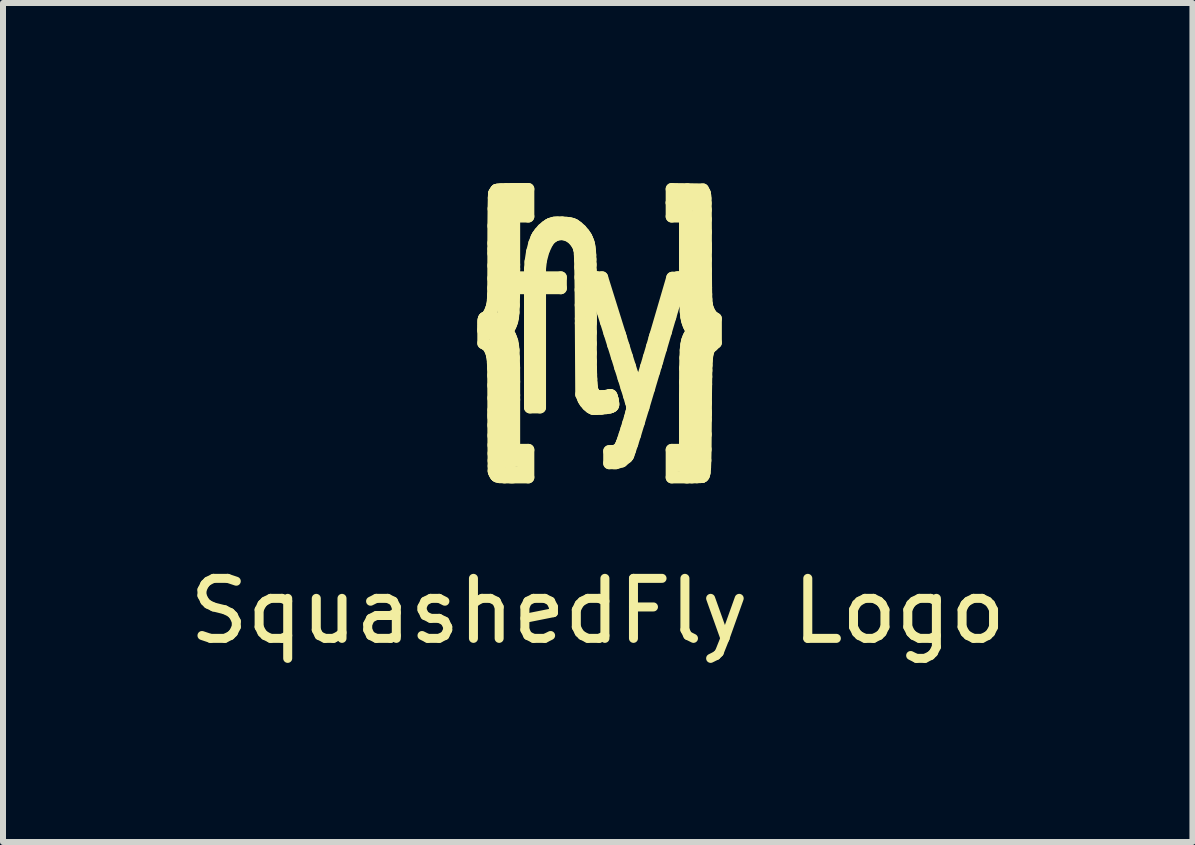
<source format=kicad_pcb>
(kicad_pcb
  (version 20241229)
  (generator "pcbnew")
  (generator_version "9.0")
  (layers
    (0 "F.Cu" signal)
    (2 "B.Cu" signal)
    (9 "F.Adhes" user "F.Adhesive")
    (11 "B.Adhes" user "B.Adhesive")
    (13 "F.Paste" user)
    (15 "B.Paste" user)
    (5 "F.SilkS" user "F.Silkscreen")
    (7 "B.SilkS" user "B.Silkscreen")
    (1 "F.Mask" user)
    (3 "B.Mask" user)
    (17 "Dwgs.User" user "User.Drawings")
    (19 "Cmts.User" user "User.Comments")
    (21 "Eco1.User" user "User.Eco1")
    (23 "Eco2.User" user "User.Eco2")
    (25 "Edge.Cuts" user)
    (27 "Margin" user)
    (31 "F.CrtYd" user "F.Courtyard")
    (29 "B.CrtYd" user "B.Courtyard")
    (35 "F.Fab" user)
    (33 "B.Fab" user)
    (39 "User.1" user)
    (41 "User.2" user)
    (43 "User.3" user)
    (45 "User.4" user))
  (footprint "SquashedFly Logo"
    (layer "F.Cu")
    (at 6.911 2.423)
    (property "Reference" "SquashedFly Logo" (at 0 4.71 0) (layer "F.SilkS") (effects (font (size 1 1) (thickness 0.15))))
    (attr through_hole)
    (fp_line (start -1.907 0.023) (end -1.907 0.039) (stroke (width 0.2) (type solid)) (layer "F.SilkS"))
    (fp_line (start -1.907 0.039) (end -1.907 0.246) (stroke (width 0.2) (type solid)) (layer "F.SilkS"))
    (fp_line (start -1.907 0.246) (end -1.872 0.263) (stroke (width 0.2) (type solid)) (layer "F.SilkS"))
    (fp_line (start -1.907 -0.026) (end -1.907 0.023) (stroke (width 0.2) (type solid)) (layer "F.SilkS"))
    (fp_line (start -1.906 -0.075) (end -1.907 -0.026) (stroke (width 0.2) (type solid)) (layer "F.SilkS"))
    (fp_line (start -1.905 -0.113) (end -1.906 -0.075) (stroke (width 0.2) (type solid)) (layer "F.SilkS"))
    (fp_line (start -1.903 -0.139) (end -1.905 -0.113) (stroke (width 0.2) (type solid)) (layer "F.SilkS"))
    (fp_line (start -1.899 -0.156) (end -1.903 -0.139) (stroke (width 0.2) (type solid)) (layer "F.SilkS"))
    (fp_line (start -1.894 -0.167) (end -1.899 -0.156) (stroke (width 0.2) (type solid)) (layer "F.SilkS"))
    (fp_line (start -1.888 -0.174) (end -1.894 -0.167) (stroke (width 0.2) (type solid)) (layer "F.SilkS"))
    (fp_line (start -1.881 -0.177) (end -1.888 -0.174) (stroke (width 0.2) (type solid)) (layer "F.SilkS"))
    (fp_line (start -1.879 -0.177) (end -1.881 -0.177) (stroke (width 0.2) (type solid)) (layer "F.SilkS"))
    (fp_line (start -1.872 0.263) (end -1.863 0.267) (stroke (width 0.2) (type solid)) (layer "F.SilkS"))
    (fp_line (start -1.871 -0.18) (end -1.879 -0.177) (stroke (width 0.2) (type solid)) (layer "F.SilkS"))
    (fp_line (start -1.863 0.267) (end -1.84 0.285) (stroke (width 0.2) (type solid)) (layer "F.SilkS"))
    (fp_line (start -1.849 -0.197) (end -1.871 -0.18) (stroke (width 0.2) (type solid)) (layer "F.SilkS"))
    (fp_line (start -1.84 0.285) (end -1.811 0.322) (stroke (width 0.2) (type solid)) (layer "F.SilkS"))
    (fp_line (start -1.819 -0.234) (end -1.849 -0.197) (stroke (width 0.2) (type solid)) (layer "F.SilkS"))
    (fp_line (start -1.811 0.322) (end -1.785 0.373) (stroke (width 0.2) (type solid)) (layer "F.SilkS"))
    (fp_line (start -1.791 -0.288) (end -1.819 -0.234) (stroke (width 0.2) (type solid)) (layer "F.SilkS"))
    (fp_line (start -1.785 0.373) (end -1.767 0.423) (stroke (width 0.2) (type solid)) (layer "F.SilkS"))
    (fp_line (start -1.78 0.07) (end -1.71 0.32) (stroke (width 0.12) (type solid)) (layer "F.SilkS"))
    (fp_line (start -1.772 -0.337) (end -1.791 -0.288) (stroke (width 0.2) (type solid)) (layer "F.SilkS"))
    (fp_line (start -1.767 0.423) (end -1.762 0.439) (stroke (width 0.2) (type solid)) (layer "F.SilkS"))
    (fp_line (start -1.766 -0.354) (end -1.772 -0.337) (stroke (width 0.2) (type solid)) (layer "F.SilkS"))
    (fp_line (start -1.764 -0.361) (end -1.766 -0.354) (stroke (width 0.2) (type solid)) (layer "F.SilkS"))
    (fp_line (start -1.762 0.439) (end -1.76 0.446) (stroke (width 0.2) (type solid)) (layer "F.SilkS"))
    (fp_line (start -1.76 0.446) (end -1.756 0.468) (stroke (width 0.2) (type solid)) (layer "F.SilkS"))
    (fp_line (start -1.758 -0.384) (end -1.764 -0.361) (stroke (width 0.2) (type solid)) (layer "F.SilkS"))
    (fp_line (start -1.756 0.468) (end -1.751 0.51) (stroke (width 0.2) (type solid)) (layer "F.SilkS"))
    (fp_line (start -1.752 -0.422) (end -1.758 -0.384) (stroke (width 0.2) (type solid)) (layer "F.SilkS"))
    (fp_line (start -1.751 0.51) (end -1.747 0.572) (stroke (width 0.2) (type solid)) (layer "F.SilkS"))
    (fp_line (start -1.747 -0.477) (end -1.752 -0.422) (stroke (width 0.2) (type solid)) (layer "F.SilkS"))
    (fp_line (start -1.747 0.572) (end -1.744 0.661) (stroke (width 0.2) (type solid)) (layer "F.SilkS"))
    (fp_line (start -1.744 -0.558) (end -1.747 -0.477) (stroke (width 0.2) (type solid)) (layer "F.SilkS"))
    (fp_line (start -1.744 0.661) (end -1.742 0.784) (stroke (width 0.2) (type solid)) (layer "F.SilkS"))
    (fp_line (start -1.742 0.784) (end -1.741 0.948) (stroke (width 0.2) (type solid)) (layer "F.SilkS"))
    (fp_line (start -1.742 -0.674) (end -1.744 -0.558) (stroke (width 0.2) (type solid)) (layer "F.SilkS"))
    (fp_line (start -1.741 0.948) (end -1.74 1.16) (stroke (width 0.2) (type solid)) (layer "F.SilkS"))
    (fp_line (start -1.741 -0.834) (end -1.742 -0.674) (stroke (width 0.2) (type solid)) (layer "F.SilkS"))
    (fp_line (start -1.74 -1.047) (end -1.741 -0.834) (stroke (width 0.2) (type solid)) (layer "F.SilkS"))
    (fp_line (start -1.74 1.16) (end -1.74 1.361) (stroke (width 0.2) (type solid)) (layer "F.SilkS"))
    (fp_line (start -1.74 -1.42) (end -1.74 -1.323) (stroke (width 0.2) (type solid)) (layer "F.SilkS"))
    (fp_line (start -1.74 -1.323) (end -1.74 -1.254) (stroke (width 0.2) (type solid)) (layer "F.SilkS"))
    (fp_line (start -1.74 -1.254) (end -1.74 -1.047) (stroke (width 0.2) (type solid)) (layer "F.SilkS"))
    (fp_line (start -1.74 1.361) (end -1.74 1.428) (stroke (width 0.2) (type solid)) (layer "F.SilkS"))
    (fp_line (start -1.74 1.428) (end -1.74 1.474) (stroke (width 0.2) (type solid)) (layer "F.SilkS"))
    (fp_line (start -1.74 1.474) (end -1.74 1.612) (stroke (width 0.2) (type solid)) (layer "F.SilkS"))
    (fp_line (start -1.74 1.612) (end -1.739 1.785) (stroke (width 0.2) (type solid)) (layer "F.SilkS"))
    (fp_line (start -1.739 1.785) (end -1.738 1.944) (stroke (width 0.2) (type solid)) (layer "F.SilkS"))
    (fp_line (start -1.739 -1.71) (end -1.74 -1.42) (stroke (width 0.2) (type solid)) (layer "F.SilkS"))
    (fp_line (start -1.738 1.944) (end -1.737 2.084) (stroke (width 0.2) (type solid)) (layer "F.SilkS"))
    (fp_line (start -1.737 2.084) (end -1.736 2.202) (stroke (width 0.2) (type solid)) (layer "F.SilkS"))
    (fp_line (start -1.736 -1.995) (end -1.739 -1.71) (stroke (width 0.2) (type solid)) (layer "F.SilkS"))
    (fp_line (start -1.736 2.202) (end -1.735 2.294) (stroke (width 0.2) (type solid)) (layer "F.SilkS"))
    (fp_line (start -1.735 2.294) (end -1.733 2.355) (stroke (width 0.2) (type solid)) (layer "F.SilkS"))
    (fp_line (start -1.733 2.355) (end -1.733 2.376) (stroke (width 0.2) (type solid)) (layer "F.SilkS"))
    (fp_line (start -1.733 2.376) (end -1.732 2.382) (stroke (width 0.2) (type solid)) (layer "F.SilkS"))
    (fp_line (start -1.732 -2.176) (end -1.736 -1.995) (stroke (width 0.2) (type solid)) (layer "F.SilkS"))
    (fp_line (start -1.732 2.382) (end -1.731 2.388) (stroke (width 0.2) (type solid)) (layer "F.SilkS"))
    (fp_line (start -1.731 2.388) (end -1.718 2.421) (stroke (width 0.2) (type solid)) (layer "F.SilkS"))
    (fp_line (start -1.728 -2.243) (end -1.732 -2.176) (stroke (width 0.2) (type solid)) (layer "F.SilkS"))
    (fp_line (start -1.726 -2.25) (end -1.728 -2.243) (stroke (width 0.2) (type solid)) (layer "F.SilkS"))
    (fp_line (start -1.724 -2.255) (end -1.726 -2.25) (stroke (width 0.2) (type solid)) (layer "F.SilkS"))
    (fp_line (start -1.718 2.421) (end -1.699 2.449) (stroke (width 0.2) (type solid)) (layer "F.SilkS"))
    (fp_line (start -1.71 0.32) (end -1.67 -0.2) (stroke (width 0.12) (type solid)) (layer "F.SilkS"))
    (fp_line (start -1.709 -2.282) (end -1.724 -2.255) (stroke (width 0.2) (type solid)) (layer "F.SilkS"))
    (fp_line (start -1.699 2.449) (end -1.696 2.453) (stroke (width 0.2) (type solid)) (layer "F.SilkS"))
    (fp_line (start -1.696 2.453) (end -1.691 2.458) (stroke (width 0.2) (type solid)) (layer "F.SilkS"))
    (fp_line (start -1.692 -2.304) (end -1.709 -2.282) (stroke (width 0.2) (type solid)) (layer "F.SilkS"))
    (fp_line (start -1.691 2.458) (end -1.675 2.469) (stroke (width 0.2) (type solid)) (layer "F.SilkS"))
    (fp_line (start -1.689 -2.307) (end -1.692 -2.304) (stroke (width 0.2) (type solid)) (layer "F.SilkS"))
    (fp_line (start -1.689 -2.307) (end -1.689 -2.307) (stroke (width 0.2) (type solid)) (layer "F.SilkS"))
    (fp_line (start -1.684 -2.309) (end -1.689 -2.307) (stroke (width 0.2) (type solid)) (layer "F.SilkS"))
    (fp_line (start -1.675 2.469) (end -1.635 2.478) (stroke (width 0.2) (type solid)) (layer "F.SilkS"))
    (fp_line (start -1.67 -0.2) (end -1.67 0.61) (stroke (width 0.12) (type solid)) (layer "F.SilkS"))
    (fp_line (start -1.664 -2.314) (end -1.684 -2.309) (stroke (width 0.2) (type solid)) (layer "F.SilkS"))
    (fp_line (start -1.635 2.478) (end -1.556 2.482) (stroke (width 0.2) (type solid)) (layer "F.SilkS"))
    (fp_line (start -1.62 -2.19) (end -1.6 2.38) (stroke (width 0.12) (type solid)) (layer "F.SilkS"))
    (fp_line (start -1.612 -2.319) (end -1.664 -2.314) (stroke (width 0.2) (type solid)) (layer "F.SilkS"))
    (fp_line (start -1.6 2.38) (end -1.28 2.35) (stroke (width 0.12) (type solid)) (layer "F.SilkS"))
    (fp_line (start -1.556 2.482) (end -1.449 2.482) (stroke (width 0.2) (type solid)) (layer "F.SilkS"))
    (fp_line (start -1.529 -2.322) (end -1.612 -2.319) (stroke (width 0.2) (type solid)) (layer "F.SilkS"))
    (fp_line (start -1.52 -2.1) (end -1.46 -2) (stroke (width 0.12) (type solid)) (layer "F.SilkS"))
    (fp_line (start -1.52 2.18) (end -1.52 -2.1) (stroke (width 0.12) (type solid)) (layer "F.SilkS"))
    (fp_line (start -1.504 0.041) (end -1.469 -0.02) (stroke (width 0.2) (type solid)) (layer "F.SilkS"))
    (fp_line (start -1.5 2.14) (end -1.5 2.28) (stroke (width 0.12) (type solid)) (layer "F.SilkS"))
    (fp_line (start -1.5 2.28) (end -1.35 2.24) (stroke (width 0.12) (type solid)) (layer "F.SilkS"))
    (fp_line (start -1.47 -2.2) (end -1.62 -2.19) (stroke (width 0.12) (type solid)) (layer "F.SilkS"))
    (fp_line (start -1.469 -0.02) (end -1.463 -0.032) (stroke (width 0.2) (type solid)) (layer "F.SilkS"))
    (fp_line (start -1.469 0.109) (end -1.504 0.041) (stroke (width 0.2) (type solid)) (layer "F.SilkS"))
    (fp_line (start -1.463 -0.032) (end -1.445 -0.067) (stroke (width 0.2) (type solid)) (layer "F.SilkS"))
    (fp_line (start -1.463 0.121) (end -1.469 0.109) (stroke (width 0.2) (type solid)) (layer "F.SilkS"))
    (fp_line (start -1.46 -2) (end -1.78 0.07) (stroke (width 0.12) (type solid)) (layer "F.SilkS"))
    (fp_line (start -1.45 2.21) (end -1.52 2.18) (stroke (width 0.12) (type solid)) (layer "F.SilkS"))
    (fp_line (start -1.449 2.482) (end -1.414 2.482) (stroke (width 0.2) (type solid)) (layer "F.SilkS"))
    (fp_line (start -1.445 -0.067) (end -1.427 -0.116) (stroke (width 0.2) (type solid)) (layer "F.SilkS"))
    (fp_line (start -1.445 0.159) (end -1.463 0.121) (stroke (width 0.2) (type solid)) (layer "F.SilkS"))
    (fp_line (start -1.44 -2.323) (end -1.529 -2.322) (stroke (width 0.2) (type solid)) (layer "F.SilkS"))
    (fp_line (start -1.427 -0.116) (end -1.413 -0.179) (stroke (width 0.2) (type solid)) (layer "F.SilkS"))
    (fp_line (start -1.426 0.211) (end -1.445 0.159) (stroke (width 0.2) (type solid)) (layer "F.SilkS"))
    (fp_line (start -1.414 2.482) (end -1.157 2.482) (stroke (width 0.2) (type solid)) (layer "F.SilkS"))
    (fp_line (start -1.413 -0.179) (end -1.404 -0.265) (stroke (width 0.2) (type solid)) (layer "F.SilkS"))
    (fp_line (start -1.413 0.275) (end -1.426 0.211) (stroke (width 0.2) (type solid)) (layer "F.SilkS"))
    (fp_line (start -1.411 -2.323) (end -1.44 -2.323) (stroke (width 0.2) (type solid)) (layer "F.SilkS"))
    (fp_line (start -1.404 -0.265) (end -1.398 -0.386) (stroke (width 0.2) (type solid)) (layer "F.SilkS"))
    (fp_line (start -1.403 0.363) (end -1.413 0.275) (stroke (width 0.2) (type solid)) (layer "F.SilkS"))
    (fp_line (start -1.398 -0.386) (end -1.395 -0.553) (stroke (width 0.2) (type solid)) (layer "F.SilkS"))
    (fp_line (start -1.398 0.487) (end -1.403 0.363) (stroke (width 0.2) (type solid)) (layer "F.SilkS"))
    (fp_line (start -1.395 -0.553) (end -1.393 -0.775) (stroke (width 0.2) (type solid)) (layer "F.SilkS"))
    (fp_line (start -1.394 0.658) (end -1.398 0.487) (stroke (width 0.2) (type solid)) (layer "F.SilkS"))
    (fp_line (start -1.393 -0.775) (end -1.393 -0.991) (stroke (width 0.2) (type solid)) (layer "F.SilkS"))
    (fp_line (start -1.393 0.887) (end -1.394 0.658) (stroke (width 0.2) (type solid)) (layer "F.SilkS"))
    (fp_line (start -1.393 -1.865) (end -1.157 -1.865) (stroke (width 0.2) (type solid)) (layer "F.SilkS"))
    (fp_line (start -1.393 -1.063) (end -1.393 -1.865) (stroke (width 0.2) (type solid)) (layer "F.SilkS"))
    (fp_line (start -1.393 -0.991) (end -1.393 -1.063) (stroke (width 0.2) (type solid)) (layer "F.SilkS"))
    (fp_line (start -1.393 1.112) (end -1.393 0.887) (stroke (width 0.2) (type solid)) (layer "F.SilkS"))
    (fp_line (start -1.393 1.187) (end -1.393 1.112) (stroke (width 0.2) (type solid)) (layer "F.SilkS"))
    (fp_line (start -1.393 2.024) (end -1.393 1.187) (stroke (width 0.2) (type solid)) (layer "F.SilkS"))
    (fp_line (start -1.39 -1.95) (end -1.47 -2.2) (stroke (width 0.12) (type solid)) (layer "F.SilkS"))
    (fp_line (start -1.38 -2.29) (end -1.39 -1.95) (stroke (width 0.12) (type solid)) (layer "F.SilkS"))
    (fp_line (start -1.351 -0.851) (end -1.351 -0.67) (stroke (width 0.2) (type solid)) (layer "F.SilkS"))
    (fp_line (start -1.351 -0.67) (end -1.129 -0.67) (stroke (width 0.2) (type solid)) (layer "F.SilkS"))
    (fp_line (start -1.35 2.24) (end -1.45 2.21) (stroke (width 0.12) (type solid)) (layer "F.SilkS"))
    (fp_line (start -1.29 -2.27) (end -1.29 -1.98) (stroke (width 0.12) (type solid)) (layer "F.SilkS"))
    (fp_line (start -1.29 -1.98) (end -1.38 -2.29) (stroke (width 0.12) (type solid)) (layer "F.SilkS"))
    (fp_line (start -1.28 2.14) (end -1.5 2.14) (stroke (width 0.12) (type solid)) (layer "F.SilkS"))
    (fp_line (start -1.28 2.35) (end -1.28 2.14) (stroke (width 0.12) (type solid)) (layer "F.SilkS"))
    (fp_line (start -1.157 -2.323) (end -1.411 -2.323) (stroke (width 0.2) (type solid)) (layer "F.SilkS"))
    (fp_line (start -1.157 -1.865) (end -1.157 -2.323) (stroke (width 0.2) (type solid)) (layer "F.SilkS"))
    (fp_line (start -1.157 2.024) (end -1.393 2.024) (stroke (width 0.2) (type solid)) (layer "F.SilkS"))
    (fp_line (start -1.157 2.482) (end -1.157 2.024) (stroke (width 0.2) (type solid)) (layer "F.SilkS"))
    (fp_line (start -1.129 -0.987) (end -1.129 -0.945) (stroke (width 0.2) (type solid)) (layer "F.SilkS"))
    (fp_line (start -1.129 -0.945) (end -1.129 -0.851) (stroke (width 0.2) (type solid)) (layer "F.SilkS"))
    (fp_line (start -1.129 -0.851) (end -1.351 -0.851) (stroke (width 0.2) (type solid)) (layer "F.SilkS"))
    (fp_line (start -1.129 -0.67) (end -1.129 1.316) (stroke (width 0.2) (type solid)) (layer "F.SilkS"))
    (fp_line (start -1.129 1.316) (end -0.962 1.316) (stroke (width 0.2) (type solid)) (layer "F.SilkS"))
    (fp_line (start -1.12 -1.111) (end -1.129 -0.987) (stroke (width 0.2) (type solid)) (layer "F.SilkS"))
    (fp_line (start -1.095 -1.273) (end -1.12 -1.111) (stroke (width 0.2) (type solid)) (layer "F.SilkS"))
    (fp_line (start -1.057 -1.418) (end -1.095 -1.273) (stroke (width 0.2) (type solid)) (layer "F.SilkS"))
    (fp_line (start -1.04 -0.91) (end -0.88 -1.55) (stroke (width 0.12) (type solid)) (layer "F.SilkS"))
    (fp_line (start -1.03 -0.5) (end -1.04 -0.91) (stroke (width 0.12) (type solid)) (layer "F.SilkS"))
    (fp_line (start -1.023 -1.505) (end -1.057 -1.418) (stroke (width 0.2) (type solid)) (layer "F.SilkS"))
    (fp_line (start -1.008 -1.532) (end -1.023 -1.505) (stroke (width 0.2) (type solid)) (layer "F.SilkS"))
    (fp_line (start -0.999 -1.549) (end -1.008 -1.532) (stroke (width 0.2) (type solid)) (layer "F.SilkS"))
    (fp_line (start -0.965 -1.597) (end -0.999 -1.549) (stroke (width 0.2) (type solid)) (layer "F.SilkS"))
    (fp_line (start -0.962 -0.999) (end -0.947 -1.133) (stroke (width 0.2) (type solid)) (layer "F.SilkS"))
    (fp_line (start -0.962 -0.954) (end -0.962 -0.999) (stroke (width 0.2) (type solid)) (layer "F.SilkS"))
    (fp_line (start -0.962 -0.851) (end -0.962 -0.954) (stroke (width 0.2) (type solid)) (layer "F.SilkS"))
    (fp_line (start -0.962 -0.67) (end -0.615 -0.67) (stroke (width 0.2) (type solid)) (layer "F.SilkS"))
    (fp_line (start -0.962 1.316) (end -0.962 -0.67) (stroke (width 0.2) (type solid)) (layer "F.SilkS"))
    (fp_line (start -0.947 -1.133) (end -0.903 -1.298) (stroke (width 0.2) (type solid)) (layer "F.SilkS"))
    (fp_line (start -0.916 -1.653) (end -0.965 -1.597) (stroke (width 0.2) (type solid)) (layer "F.SilkS"))
    (fp_line (start -0.903 -1.298) (end -0.839 -1.434) (stroke (width 0.2) (type solid)) (layer "F.SilkS"))
    (fp_line (start -0.88 -1.55) (end -0.66 -1.66) (stroke (width 0.12) (type solid)) (layer "F.SilkS"))
    (fp_line (start -0.861 -1.7) (end -0.916 -1.653) (stroke (width 0.2) (type solid)) (layer "F.SilkS"))
    (fp_line (start -0.839 -1.434) (end -0.782 -1.506) (stroke (width 0.2) (type solid)) (layer "F.SilkS"))
    (fp_line (start -0.818 -1.728) (end -0.861 -1.7) (stroke (width 0.2) (type solid)) (layer "F.SilkS"))
    (fp_line (start -0.802 -1.736) (end -0.818 -1.728) (stroke (width 0.2) (type solid)) (layer "F.SilkS"))
    (fp_line (start -0.802 -1.736) (end -0.802 -1.736) (stroke (width 0.2) (type solid)) (layer "F.SilkS"))
    (fp_line (start -0.792 -1.74) (end -0.802 -1.736) (stroke (width 0.2) (type solid)) (layer "F.SilkS"))
    (fp_line (start -0.782 -1.506) (end -0.758 -1.523) (stroke (width 0.2) (type solid)) (layer "F.SilkS"))
    (fp_line (start -0.761 -1.753) (end -0.792 -1.74) (stroke (width 0.2) (type solid)) (layer "F.SilkS"))
    (fp_line (start -0.758 -1.523) (end -0.744 -1.533) (stroke (width 0.2) (type solid)) (layer "F.SilkS"))
    (fp_line (start -0.744 -1.533) (end -0.695 -1.556) (stroke (width 0.2) (type solid)) (layer "F.SilkS"))
    (fp_line (start -0.722 -1.763) (end -0.761 -1.753) (stroke (width 0.2) (type solid)) (layer "F.SilkS"))
    (fp_line (start -0.695 -1.556) (end -0.629 -1.571) (stroke (width 0.2) (type solid)) (layer "F.SilkS"))
    (fp_line (start -0.671 -1.766) (end -0.722 -1.763) (stroke (width 0.2) (type solid)) (layer "F.SilkS"))
    (fp_line (start -0.66 -1.66) (end -0.53 -1.73) (stroke (width 0.12) (type solid)) (layer "F.SilkS"))
    (fp_line (start -0.629 -1.571) (end -0.563 -1.568) (stroke (width 0.2) (type solid)) (layer "F.SilkS"))
    (fp_line (start -0.615 -0.851) (end -0.962 -0.851) (stroke (width 0.2) (type solid)) (layer "F.SilkS"))
    (fp_line (start -0.615 -0.67) (end -0.615 -0.851) (stroke (width 0.2) (type solid)) (layer "F.SilkS"))
    (fp_line (start -0.613 -1.764) (end -0.671 -1.766) (stroke (width 0.2) (type solid)) (layer "F.SilkS"))
    (fp_line (start -0.594 -1.763) (end -0.613 -1.764) (stroke (width 0.2) (type solid)) (layer "F.SilkS"))
    (fp_line (start -0.577 -1.763) (end -0.594 -1.763) (stroke (width 0.2) (type solid)) (layer "F.SilkS"))
    (fp_line (start -0.563 -1.568) (end -0.499 -1.549) (stroke (width 0.2) (type solid)) (layer "F.SilkS"))
    (fp_line (start -0.53 -1.73) (end -0.33 -1.53) (stroke (width 0.12) (type solid)) (layer "F.SilkS"))
    (fp_line (start -0.524 -1.76) (end -0.577 -1.763) (stroke (width 0.2) (type solid)) (layer "F.SilkS"))
    (fp_line (start -0.499 -1.549) (end -0.439 -1.514) (stroke (width 0.2) (type solid)) (layer "F.SilkS"))
    (fp_line (start -0.471 -1.754) (end -0.524 -1.76) (stroke (width 0.2) (type solid)) (layer "F.SilkS"))
    (fp_line (start -0.439 -1.514) (end -0.386 -1.464) (stroke (width 0.2) (type solid)) (layer "F.SilkS"))
    (fp_line (start -0.431 -1.744) (end -0.471 -1.754) (stroke (width 0.2) (type solid)) (layer "F.SilkS"))
    (fp_line (start -0.404 -1.733) (end -0.431 -1.744) (stroke (width 0.2) (type solid)) (layer "F.SilkS"))
    (fp_line (start -0.396 -1.729) (end -0.404 -1.733) (stroke (width 0.2) (type solid)) (layer "F.SilkS"))
    (fp_line (start -0.386 -1.464) (end -0.341 -1.4) (stroke (width 0.2) (type solid)) (layer "F.SilkS"))
    (fp_line (start -0.38 -1.721) (end -0.396 -1.729) (stroke (width 0.2) (type solid)) (layer "F.SilkS"))
    (fp_line (start -0.341 -1.4) (end -0.313 -1.343) (stroke (width 0.2) (type solid)) (layer "F.SilkS"))
    (fp_line (start -0.336 -1.69) (end -0.38 -1.721) (stroke (width 0.2) (type solid)) (layer "F.SilkS"))
    (fp_line (start -0.33 -1.53) (end -0.18 1.11) (stroke (width 0.12) (type solid)) (layer "F.SilkS"))
    (fp_line (start -0.313 -1.343) (end -0.307 -1.323) (stroke (width 0.2) (type solid)) (layer "F.SilkS"))
    (fp_line (start -0.307 -1.323) (end -0.304 -1.317) (stroke (width 0.2) (type solid)) (layer "F.SilkS"))
    (fp_line (start -0.304 -1.317) (end -0.302 -1.296) (stroke (width 0.2) (type solid)) (layer "F.SilkS"))
    (fp_line (start -0.302 -1.296) (end -0.298 -1.237) (stroke (width 0.2) (type solid)) (layer "F.SilkS"))
    (fp_line (start -0.298 -1.237) (end -0.295 -1.146) (stroke (width 0.2) (type solid)) (layer "F.SilkS"))
    (fp_line (start -0.295 -1.146) (end -0.292 -1.019) (stroke (width 0.2) (type solid)) (layer "F.SilkS"))
    (fp_line (start -0.292 -1.019) (end -0.289 -0.852) (stroke (width 0.2) (type solid)) (layer "F.SilkS"))
    (fp_line (start -0.289 -0.852) (end -0.286 -0.643) (stroke (width 0.2) (type solid)) (layer "F.SilkS"))
    (fp_line (start -0.286 -0.643) (end -0.284 -0.389) (stroke (width 0.2) (type solid)) (layer "F.SilkS"))
    (fp_line (start -0.284 -0.389) (end -0.282 -0.163) (stroke (width 0.2) (type solid)) (layer "F.SilkS"))
    (fp_line (start -0.282 -0.163) (end -0.282 -0.087) (stroke (width 0.2) (type solid)) (layer "F.SilkS"))
    (fp_line (start -0.282 -0.087) (end -0.275 1.1) (stroke (width 0.2) (type solid)) (layer "F.SilkS"))
    (fp_line (start -0.28 -1.64) (end -0.336 -1.69) (stroke (width 0.2) (type solid)) (layer "F.SilkS"))
    (fp_line (start -0.275 1.1) (end -0.241 1.174) (stroke (width 0.2) (type solid)) (layer "F.SilkS"))
    (fp_line (start -0.241 1.174) (end -0.235 1.189) (stroke (width 0.2) (type solid)) (layer "F.SilkS"))
    (fp_line (start -0.235 1.189) (end -0.209 1.231) (stroke (width 0.2) (type solid)) (layer "F.SilkS"))
    (fp_line (start -0.231 -1.582) (end -0.28 -1.64) (stroke (width 0.2) (type solid)) (layer "F.SilkS"))
    (fp_line (start -0.209 1.231) (end -0.168 1.28) (stroke (width 0.2) (type solid)) (layer "F.SilkS"))
    (fp_line (start -0.201 -1.537) (end -0.231 -1.582) (stroke (width 0.2) (type solid)) (layer "F.SilkS"))
    (fp_line (start -0.193 -1.52) (end -0.201 -1.537) (stroke (width 0.2) (type solid)) (layer "F.SilkS"))
    (fp_line (start -0.189 -1.514) (end -0.193 -1.52) (stroke (width 0.2) (type solid)) (layer "F.SilkS"))
    (fp_line (start -0.18 1.11) (end 0 1.27) (stroke (width 0.12) (type solid)) (layer "F.SilkS"))
    (fp_line (start -0.179 -1.493) (end -0.189 -1.514) (stroke (width 0.2) (type solid)) (layer "F.SilkS"))
    (fp_line (start -0.168 1.28) (end -0.123 1.318) (stroke (width 0.2) (type solid)) (layer "F.SilkS"))
    (fp_line (start -0.168 -1.467) (end -0.179 -1.493) (stroke (width 0.2) (type solid)) (layer "F.SilkS"))
    (fp_line (start -0.157 -1.44) (end -0.168 -1.467) (stroke (width 0.2) (type solid)) (layer "F.SilkS"))
    (fp_line (start -0.148 -1.41) (end -0.157 -1.44) (stroke (width 0.2) (type solid)) (layer "F.SilkS"))
    (fp_line (start -0.141 -1.375) (end -0.148 -1.41) (stroke (width 0.2) (type solid)) (layer "F.SilkS"))
    (fp_line (start -0.135 -1.333) (end -0.141 -1.375) (stroke (width 0.2) (type solid)) (layer "F.SilkS"))
    (fp_line (start -0.129 -1.283) (end -0.135 -1.333) (stroke (width 0.2) (type solid)) (layer "F.SilkS"))
    (fp_line (start -0.125 -1.223) (end -0.129 -1.283) (stroke (width 0.2) (type solid)) (layer "F.SilkS"))
    (fp_line (start -0.123 1.318) (end -0.091 1.335) (stroke (width 0.2) (type solid)) (layer "F.SilkS"))
    (fp_line (start -0.122 -1.151) (end -0.125 -1.223) (stroke (width 0.2) (type solid)) (layer "F.SilkS"))
    (fp_line (start -0.119 -1.064) (end -0.122 -1.151) (stroke (width 0.2) (type solid)) (layer "F.SilkS"))
    (fp_line (start -0.118 -0.962) (end -0.119 -1.064) (stroke (width 0.2) (type solid)) (layer "F.SilkS"))
    (fp_line (start -0.116 -0.841) (end -0.118 -0.962) (stroke (width 0.2) (type solid)) (layer "F.SilkS"))
    (fp_line (start -0.116 -0.701) (end -0.116 -0.841) (stroke (width 0.2) (type solid)) (layer "F.SilkS"))
    (fp_line (start -0.115 -0.54) (end -0.116 -0.701) (stroke (width 0.2) (type solid)) (layer "F.SilkS"))
    (fp_line (start -0.115 -0.355) (end -0.115 -0.54) (stroke (width 0.2) (type solid)) (layer "F.SilkS"))
    (fp_line (start -0.115 -0.198) (end -0.115 -0.355) (stroke (width 0.2) (type solid)) (layer "F.SilkS"))
    (fp_line (start -0.115 -0.145) (end -0.115 -0.198) (stroke (width 0.2) (type solid)) (layer "F.SilkS"))
    (fp_line (start -0.115 -0.093) (end -0.115 -0.145) (stroke (width 0.2) (type solid)) (layer "F.SilkS"))
    (fp_line (start -0.115 0.066) (end -0.115 -0.093) (stroke (width 0.2) (type solid)) (layer "F.SilkS"))
    (fp_line (start -0.115 0.25) (end -0.115 0.066) (stroke (width 0.2) (type solid)) (layer "F.SilkS"))
    (fp_line (start -0.115 0.41) (end -0.115 0.25) (stroke (width 0.2) (type solid)) (layer "F.SilkS"))
    (fp_line (start -0.114 0.548) (end -0.115 0.41) (stroke (width 0.2) (type solid)) (layer "F.SilkS"))
    (fp_line (start -0.113 0.664) (end -0.114 0.548) (stroke (width 0.2) (type solid)) (layer "F.SilkS"))
    (fp_line (start -0.111 0.762) (end -0.113 0.664) (stroke (width 0.2) (type solid)) (layer "F.SilkS"))
    (fp_line (start -0.108 0.842) (end -0.111 0.762) (stroke (width 0.2) (type solid)) (layer "F.SilkS"))
    (fp_line (start -0.105 0.908) (end -0.108 0.842) (stroke (width 0.2) (type solid)) (layer "F.SilkS"))
    (fp_line (start -0.101 0.96) (end -0.105 0.908) (stroke (width 0.2) (type solid)) (layer "F.SilkS"))
    (fp_line (start -0.097 -0.832) (end -0.096 -0.83) (stroke (width 0.2) (type solid)) (layer "F.SilkS"))
    (fp_line (start -0.096 -0.84) (end -0.097 -0.832) (stroke (width 0.2) (type solid)) (layer "F.SilkS"))
    (fp_line (start -0.096 -0.83) (end -0.096 -0.83) (stroke (width 0.2) (type solid)) (layer "F.SilkS"))
    (fp_line (start -0.096 -0.83) (end -0.092 -0.82) (stroke (width 0.2) (type solid)) (layer "F.SilkS"))
    (fp_line (start -0.095 1) (end -0.101 0.96) (stroke (width 0.2) (type solid)) (layer "F.SilkS"))
    (fp_line (start -0.092 -0.82) (end -0.081 -0.789) (stroke (width 0.2) (type solid)) (layer "F.SilkS"))
    (fp_line (start -0.091 1.335) (end -0.079 1.338) (stroke (width 0.2) (type solid)) (layer "F.SilkS"))
    (fp_line (start -0.089 1.031) (end -0.095 1) (stroke (width 0.2) (type solid)) (layer "F.SilkS"))
    (fp_line (start -0.086 -0.847) (end -0.096 -0.84) (stroke (width 0.2) (type solid)) (layer "F.SilkS"))
    (fp_line (start -0.081 -0.789) (end -0.055 -0.709) (stroke (width 0.2) (type solid)) (layer "F.SilkS"))
    (fp_line (start -0.081 1.055) (end -0.089 1.031) (stroke (width 0.2) (type solid)) (layer "F.SilkS"))
    (fp_line (start -0.079 1.338) (end -0.067 1.341) (stroke (width 0.2) (type solid)) (layer "F.SilkS"))
    (fp_line (start -0.072 1.072) (end -0.081 1.055) (stroke (width 0.2) (type solid)) (layer "F.SilkS"))
    (fp_line (start -0.07 1.23) (end 0.17 1.23) (stroke (width 0.12) (type solid)) (layer "F.SilkS"))
    (fp_line (start -0.067 1.341) (end -0.023 1.342) (stroke (width 0.2) (type solid)) (layer "F.SilkS"))
    (fp_line (start -0.061 1.086) (end -0.072 1.072) (stroke (width 0.2) (type solid)) (layer "F.SilkS"))
    (fp_line (start -0.06 -0.85) (end -0.086 -0.847) (stroke (width 0.2) (type solid)) (layer "F.SilkS"))
    (fp_line (start -0.055 -0.709) (end -0.018 -0.595) (stroke (width 0.2) (type solid)) (layer "F.SilkS"))
    (fp_line (start -0.049 1.097) (end -0.061 1.086) (stroke (width 0.2) (type solid)) (layer "F.SilkS"))
    (fp_line (start -0.038 1.106) (end -0.049 1.097) (stroke (width 0.2) (type solid)) (layer "F.SilkS"))
    (fp_line (start -0.034 1.109) (end -0.038 1.106) (stroke (width 0.2) (type solid)) (layer "F.SilkS"))
    (fp_line (start -0.029 1.113) (end -0.034 1.109) (stroke (width 0.2) (type solid)) (layer "F.SilkS"))
    (fp_line (start -0.027 -0.851) (end -0.06 -0.85) (stroke (width 0.2) (type solid)) (layer "F.SilkS"))
    (fp_line (start -0.023 1.342) (end 0.058 1.339) (stroke (width 0.2) (type solid)) (layer "F.SilkS"))
    (fp_line (start -0.018 -0.595) (end 0.027 -0.453) (stroke (width 0.2) (type solid)) (layer "F.SilkS"))
    (fp_line (start -0.016 -0.851) (end -0.027 -0.851) (stroke (width 0.2) (type solid)) (layer "F.SilkS"))
    (fp_line (start -0.012 1.123) (end -0.029 1.113) (stroke (width 0.2) (type solid)) (layer "F.SilkS"))
    (fp_line (start 0 1.27) (end -0.07 1.23) (stroke (width 0.12) (type solid)) (layer "F.SilkS"))
    (fp_line (start 0.01 1.131) (end -0.012 1.123) (stroke (width 0.2) (type solid)) (layer "F.SilkS"))
    (fp_line (start 0.027 -0.453) (end 0.079 -0.29) (stroke (width 0.2) (type solid)) (layer "F.SilkS"))
    (fp_line (start 0.039 1.133) (end 0.01 1.131) (stroke (width 0.2) (type solid)) (layer "F.SilkS"))
    (fp_line (start 0.058 1.339) (end 0.142 1.328) (stroke (width 0.2) (type solid)) (layer "F.SilkS"))
    (fp_line (start 0.069 1.132) (end 0.039 1.133) (stroke (width 0.2) (type solid)) (layer "F.SilkS"))
    (fp_line (start 0.073 -0.851) (end -0.016 -0.851) (stroke (width 0.2) (type solid)) (layer "F.SilkS"))
    (fp_line (start 0.079 -0.29) (end 0.136 -0.11) (stroke (width 0.2) (type solid)) (layer "F.SilkS"))
    (fp_line (start 0.079 1.131) (end 0.069 1.132) (stroke (width 0.2) (type solid)) (layer "F.SilkS"))
    (fp_line (start 0.09 1.13) (end 0.079 1.131) (stroke (width 0.2) (type solid)) (layer "F.SilkS"))
    (fp_line (start 0.136 -0.11) (end 0.196 0.08) (stroke (width 0.2) (type solid)) (layer "F.SilkS"))
    (fp_line (start 0.142 1.328) (end 0.192 1.319) (stroke (width 0.2) (type solid)) (layer "F.SilkS"))
    (fp_line (start 0.144 1.123) (end 0.09 1.13) (stroke (width 0.2) (type solid)) (layer "F.SilkS"))
    (fp_line (start 0.17 1.23) (end 0.17 1.27) (stroke (width 0.12) (type solid)) (layer "F.SilkS"))
    (fp_line (start 0.17 1.27) (end 0.26 1.18) (stroke (width 0.12) (type solid)) (layer "F.SilkS"))
    (fp_line (start 0.187 1.115) (end 0.144 1.123) (stroke (width 0.2) (type solid)) (layer "F.SilkS"))
    (fp_line (start 0.191 2.045) (end 0.191 2.246) (stroke (width 0.2) (type solid)) (layer "F.SilkS"))
    (fp_line (start 0.191 2.246) (end 0.271 2.246) (stroke (width 0.2) (type solid)) (layer "F.SilkS"))
    (fp_line (start 0.192 1.114) (end 0.187 1.115) (stroke (width 0.2) (type solid)) (layer "F.SilkS"))
    (fp_line (start 0.192 1.319) (end 0.209 1.314) (stroke (width 0.2) (type solid)) (layer "F.SilkS"))
    (fp_line (start 0.196 0.08) (end 0.257 0.275) (stroke (width 0.2) (type solid)) (layer "F.SilkS"))
    (fp_line (start 0.197 1.113) (end 0.192 1.114) (stroke (width 0.2) (type solid)) (layer "F.SilkS"))
    (fp_line (start 0.209 1.314) (end 0.213 1.313) (stroke (width 0.2) (type solid)) (layer "F.SilkS"))
    (fp_line (start 0.213 1.11) (end 0.197 1.113) (stroke (width 0.2) (type solid)) (layer "F.SilkS"))
    (fp_line (start 0.213 1.313) (end 0.227 1.307) (stroke (width 0.2) (type solid)) (layer "F.SilkS"))
    (fp_line (start 0.226 1.116) (end 0.213 1.11) (stroke (width 0.2) (type solid)) (layer "F.SilkS"))
    (fp_line (start 0.227 1.307) (end 0.242 1.3) (stroke (width 0.2) (type solid)) (layer "F.SilkS"))
    (fp_line (start 0.235 1.137) (end 0.226 1.116) (stroke (width 0.2) (type solid)) (layer "F.SilkS"))
    (fp_line (start 0.242 1.3) (end 0.251 1.291) (stroke (width 0.2) (type solid)) (layer "F.SilkS"))
    (fp_line (start 0.242 1.167) (end 0.235 1.137) (stroke (width 0.2) (type solid)) (layer "F.SilkS"))
    (fp_line (start 0.245 1.177) (end 0.242 1.167) (stroke (width 0.2) (type solid)) (layer "F.SilkS"))
    (fp_line (start 0.246 2.043) (end 0.191 2.045) (stroke (width 0.2) (type solid)) (layer "F.SilkS"))
    (fp_line (start 0.247 1.186) (end 0.245 1.177) (stroke (width 0.2) (type solid)) (layer "F.SilkS"))
    (fp_line (start 0.251 1.291) (end 0.257 1.279) (stroke (width 0.2) (type solid)) (layer "F.SilkS"))
    (fp_line (start 0.252 1.213) (end 0.247 1.186) (stroke (width 0.2) (type solid)) (layer "F.SilkS"))
    (fp_line (start 0.257 1.279) (end 0.259 1.263) (stroke (width 0.2) (type solid)) (layer "F.SilkS"))
    (fp_line (start 0.257 0.275) (end 0.318 0.469) (stroke (width 0.2) (type solid)) (layer "F.SilkS"))
    (fp_line (start 0.257 1.242) (end 0.252 1.213) (stroke (width 0.2) (type solid)) (layer "F.SilkS"))
    (fp_line (start 0.259 1.263) (end 0.257 1.242) (stroke (width 0.2) (type solid)) (layer "F.SilkS"))
    (fp_line (start 0.259 2.043) (end 0.246 2.043) (stroke (width 0.2) (type solid)) (layer "F.SilkS"))
    (fp_line (start 0.271 2.246) (end 0.303 2.246) (stroke (width 0.2) (type solid)) (layer "F.SilkS"))
    (fp_line (start 0.29 2.14) (end 0.48 2) (stroke (width 0.12) (type solid)) (layer "F.SilkS"))
    (fp_line (start 0.298 2.035) (end 0.259 2.043) (stroke (width 0.2) (type solid)) (layer "F.SilkS"))
    (fp_line (start 0.303 2.246) (end 0.401 2.217) (stroke (width 0.2) (type solid)) (layer "F.SilkS"))
    (fp_line (start 0.318 0.469) (end 0.376 0.656) (stroke (width 0.2) (type solid)) (layer "F.SilkS"))
    (fp_line (start 0.339 2.014) (end 0.298 2.035) (stroke (width 0.2) (type solid)) (layer "F.SilkS"))
    (fp_line (start 0.37 0.1) (end 0.073 -0.851) (stroke (width 0.2) (type solid)) (layer "F.SilkS"))
    (fp_line (start 0.371 1.975) (end 0.339 2.014) (stroke (width 0.2) (type solid)) (layer "F.SilkS"))
    (fp_line (start 0.376 0.656) (end 0.431 0.83) (stroke (width 0.2) (type solid)) (layer "F.SilkS"))
    (fp_line (start 0.385 0.148) (end 0.37 0.1) (stroke (width 0.2) (type solid)) (layer "F.SilkS"))
    (fp_line (start 0.393 1.932) (end 0.371 1.975) (stroke (width 0.2) (type solid)) (layer "F.SilkS"))
    (fp_line (start 0.399 1.917) (end 0.393 1.932) (stroke (width 0.2) (type solid)) (layer "F.SilkS"))
    (fp_line (start 0.401 2.217) (end 0.485 2.148) (stroke (width 0.2) (type solid)) (layer "F.SilkS"))
    (fp_line (start 0.405 1.901) (end 0.399 1.917) (stroke (width 0.2) (type solid)) (layer "F.SilkS"))
    (fp_line (start 0.41 2.04) (end 0.29 2.14) (stroke (width 0.12) (type solid)) (layer "F.SilkS"))
    (fp_line (start 0.421 1.854) (end 0.405 1.901) (stroke (width 0.2) (type solid)) (layer "F.SilkS"))
    (fp_line (start 0.43 0.292) (end 0.385 0.148) (stroke (width 0.2) (type solid)) (layer "F.SilkS"))
    (fp_line (start 0.431 0.83) (end 0.48 0.987) (stroke (width 0.2) (type solid)) (layer "F.SilkS"))
    (fp_line (start 0.448 1.771) (end 0.421 1.854) (stroke (width 0.2) (type solid)) (layer "F.SilkS"))
    (fp_line (start 0.478 1.677) (end 0.448 1.771) (stroke (width 0.2) (type solid)) (layer "F.SilkS"))
    (fp_line (start 0.48 0.987) (end 0.521 1.12) (stroke (width 0.2) (type solid)) (layer "F.SilkS"))
    (fp_line (start 0.485 2.148) (end 0.499 2.128) (stroke (width 0.2) (type solid)) (layer "F.SilkS"))
    (fp_line (start 0.486 0.471) (end 0.43 0.292) (stroke (width 0.2) (type solid)) (layer "F.SilkS"))
    (fp_line (start 0.499 2.128) (end 0.504 2.121) (stroke (width 0.2) (type solid)) (layer "F.SilkS"))
    (fp_line (start 0.504 2.121) (end 0.514 2.097) (stroke (width 0.2) (type solid)) (layer "F.SilkS"))
    (fp_line (start 0.508 1.579) (end 0.478 1.677) (stroke (width 0.2) (type solid)) (layer "F.SilkS"))
    (fp_line (start 0.514 2.097) (end 0.538 2.03) (stroke (width 0.2) (type solid)) (layer "F.SilkS"))
    (fp_line (start 0.521 1.12) (end 0.552 1.223) (stroke (width 0.2) (type solid)) (layer "F.SilkS"))
    (fp_line (start 0.536 1.486) (end 0.508 1.579) (stroke (width 0.2) (type solid)) (layer "F.SilkS"))
    (fp_line (start 0.537 0.633) (end 0.486 0.471) (stroke (width 0.2) (type solid)) (layer "F.SilkS"))
    (fp_line (start 0.538 2.03) (end 0.574 1.924) (stroke (width 0.2) (type solid)) (layer "F.SilkS"))
    (fp_line (start 0.552 1.223) (end 0.572 1.29) (stroke (width 0.2) (type solid)) (layer "F.SilkS"))
    (fp_line (start 0.558 1.406) (end 0.536 1.486) (stroke (width 0.2) (type solid)) (layer "F.SilkS"))
    (fp_line (start 0.572 1.29) (end 0.579 1.31) (stroke (width 0.2) (type solid)) (layer "F.SilkS"))
    (fp_line (start 0.574 1.347) (end 0.558 1.406) (stroke (width 0.2) (type solid)) (layer "F.SilkS"))
    (fp_line (start 0.574 1.924) (end 0.622 1.773) (stroke (width 0.2) (type solid)) (layer "F.SilkS"))
    (fp_line (start 0.579 1.31) (end 0.579 1.317) (stroke (width 0.2) (type solid)) (layer "F.SilkS"))
    (fp_line (start 0.579 1.317) (end 0.579 1.325) (stroke (width 0.2) (type solid)) (layer "F.SilkS"))
    (fp_line (start 0.579 1.325) (end 0.574 1.347) (stroke (width 0.2) (type solid)) (layer "F.SilkS"))
    (fp_line (start 0.582 0.775) (end 0.537 0.633) (stroke (width 0.2) (type solid)) (layer "F.SilkS"))
    (fp_line (start 0.62 0.892) (end 0.582 0.775) (stroke (width 0.2) (type solid)) (layer "F.SilkS"))
    (fp_line (start 0.622 1.773) (end 0.683 1.572) (stroke (width 0.2) (type solid)) (layer "F.SilkS"))
    (fp_line (start 0.64 0.96) (end 0.69 1.29) (stroke (width 0.12) (type solid)) (layer "F.SilkS"))
    (fp_line (start 0.649 0.981) (end 0.62 0.892) (stroke (width 0.2) (type solid)) (layer "F.SilkS"))
    (fp_line (start 0.668 1.038) (end 0.649 0.981) (stroke (width 0.2) (type solid)) (layer "F.SilkS"))
    (fp_line (start 0.674 1.058) (end 0.668 1.038) (stroke (width 0.2) (type solid)) (layer "F.SilkS"))
    (fp_line (start 0.675 1.059) (end 0.674 1.058) (stroke (width 0.2) (type solid)) (layer "F.SilkS"))
    (fp_line (start 0.675 1.059) (end 0.675 1.059) (stroke (width 0.2) (type solid)) (layer "F.SilkS"))
    (fp_line (start 0.682 1.041) (end 0.675 1.059) (stroke (width 0.2) (type solid)) (layer "F.SilkS"))
    (fp_line (start 0.683 1.572) (end 0.761 1.317) (stroke (width 0.2) (type solid)) (layer "F.SilkS"))
    (fp_line (start 0.69 1.29) (end 0.41 2.04) (stroke (width 0.12) (type solid)) (layer "F.SilkS"))
    (fp_line (start 0.699 0.986) (end 0.682 1.041) (stroke (width 0.2) (type solid)) (layer "F.SilkS"))
    (fp_line (start 0.726 0.899) (end 0.699 0.986) (stroke (width 0.2) (type solid)) (layer "F.SilkS"))
    (fp_line (start 0.761 1.317) (end 0.855 1.002) (stroke (width 0.2) (type solid)) (layer "F.SilkS"))
    (fp_line (start 0.762 0.784) (end 0.726 0.899) (stroke (width 0.2) (type solid)) (layer "F.SilkS"))
    (fp_line (start 0.804 0.643) (end 0.762 0.784) (stroke (width 0.2) (type solid)) (layer "F.SilkS"))
    (fp_line (start 0.852 0.482) (end 0.804 0.643) (stroke (width 0.2) (type solid)) (layer "F.SilkS"))
    (fp_line (start 0.855 1.002) (end 0.94 0.717) (stroke (width 0.2) (type solid)) (layer "F.SilkS"))
    (fp_line (start 0.905 0.303) (end 0.852 0.482) (stroke (width 0.2) (type solid)) (layer "F.SilkS"))
    (fp_line (start 0.94 0.717) (end 0.968 0.623) (stroke (width 0.2) (type solid)) (layer "F.SilkS"))
    (fp_line (start 0.947 0.159) (end 0.905 0.303) (stroke (width 0.2) (type solid)) (layer "F.SilkS"))
    (fp_line (start 0.961 0.112) (end 0.947 0.159) (stroke (width 0.2) (type solid)) (layer "F.SilkS"))
    (fp_line (start 0.968 0.623) (end 0.99 0.55) (stroke (width 0.2) (type solid)) (layer "F.SilkS"))
    (fp_line (start 0.99 0.55) (end 1.055 0.331) (stroke (width 0.2) (type solid)) (layer "F.SilkS"))
    (fp_line (start 1.055 0.331) (end 1.135 0.059) (stroke (width 0.2) (type solid)) (layer "F.SilkS"))
    (fp_line (start 1.135 0.059) (end 1.208 -0.189) (stroke (width 0.2) (type solid)) (layer "F.SilkS"))
    (fp_line (start 1.208 -0.189) (end 1.272 -0.405) (stroke (width 0.2) (type solid)) (layer "F.SilkS"))
    (fp_line (start 1.232 -2.323) (end 1.232 -2.094) (stroke (width 0.2) (type solid)) (layer "F.SilkS"))
    (fp_line (start 1.232 -2.094) (end 1.232 -2.094) (stroke (width 0.2) (type solid)) (layer "F.SilkS"))
    (fp_line (start 1.232 -2.094) (end 1.232 -1.865) (stroke (width 0.2) (type solid)) (layer "F.SilkS"))
    (fp_line (start 1.232 -1.865) (end 1.454 -1.865) (stroke (width 0.2) (type solid)) (layer "F.SilkS"))
    (fp_line (start 1.232 2.024) (end 1.232 2.482) (stroke (width 0.2) (type solid)) (layer "F.SilkS"))
    (fp_line (start 1.232 2.482) (end 1.474 2.482) (stroke (width 0.2) (type solid)) (layer "F.SilkS"))
    (fp_line (start 1.241 -0.844) (end 0.961 0.112) (stroke (width 0.2) (type solid)) (layer "F.SilkS"))
    (fp_line (start 1.272 -0.405) (end 1.325 -0.584) (stroke (width 0.2) (type solid)) (layer "F.SilkS"))
    (fp_line (start 1.29 2.33) (end 1.7 2.34) (stroke (width 0.12) (type solid)) (layer "F.SilkS"))
    (fp_line (start 1.32 -0.848) (end 1.241 -0.844) (stroke (width 0.2) (type solid)) (layer "F.SilkS"))
    (fp_line (start 1.325 -0.584) (end 1.365 -0.721) (stroke (width 0.2) (type solid)) (layer "F.SilkS"))
    (fp_line (start 1.327 -0.849) (end 1.32 -0.848) (stroke (width 0.2) (type solid)) (layer "F.SilkS"))
    (fp_line (start 1.33 -2.08) (end 1.69 -2.03) (stroke (width 0.12) (type solid)) (layer "F.SilkS"))
    (fp_line (start 1.33 -2) (end 1.66 -2.14) (stroke (width 0.12) (type solid)) (layer "F.SilkS"))
    (fp_line (start 1.33 2.16) (end 1.7 2.11) (stroke (width 0.12) (type solid)) (layer "F.SilkS"))
    (fp_line (start 1.34 -2.2) (end 1.62 -2.18) (stroke (width 0.12) (type solid)) (layer "F.SilkS"))
    (fp_line (start 1.34 2.24) (end 1.68 2.21) (stroke (width 0.12) (type solid)) (layer "F.SilkS"))
    (fp_line (start 1.35 -0.849) (end 1.327 -0.849) (stroke (width 0.2) (type solid)) (layer "F.SilkS"))
    (fp_line (start 1.365 -0.721) (end 1.39 -0.808) (stroke (width 0.2) (type solid)) (layer "F.SilkS"))
    (fp_line (start 1.375 -0.848) (end 1.35 -0.849) (stroke (width 0.2) (type solid)) (layer "F.SilkS"))
    (fp_line (start 1.39 -0.808) (end 1.399 -0.832) (stroke (width 0.2) (type solid)) (layer "F.SilkS"))
    (fp_line (start 1.393 -0.845) (end 1.375 -0.848) (stroke (width 0.2) (type solid)) (layer "F.SilkS"))
    (fp_line (start 1.399 -0.841) (end 1.393 -0.845) (stroke (width 0.2) (type solid)) (layer "F.SilkS"))
    (fp_line (start 1.399 -0.84) (end 1.399 -0.841) (stroke (width 0.2) (type solid)) (layer "F.SilkS"))
    (fp_line (start 1.399 -0.832) (end 1.399 -0.84) (stroke (width 0.2) (type solid)) (layer "F.SilkS"))
    (fp_line (start 1.454 -1.865) (end 1.454 -1.07) (stroke (width 0.2) (type solid)) (layer "F.SilkS"))
    (fp_line (start 1.454 -1.07) (end 1.455 -0.999) (stroke (width 0.2) (type solid)) (layer "F.SilkS"))
    (fp_line (start 1.454 1.119) (end 1.454 1.193) (stroke (width 0.2) (type solid)) (layer "F.SilkS"))
    (fp_line (start 1.454 1.193) (end 1.454 2.024) (stroke (width 0.2) (type solid)) (layer "F.SilkS"))
    (fp_line (start 1.454 2.024) (end 1.232 2.024) (stroke (width 0.2) (type solid)) (layer "F.SilkS"))
    (fp_line (start 1.455 -0.999) (end 1.455 -0.785) (stroke (width 0.2) (type solid)) (layer "F.SilkS"))
    (fp_line (start 1.455 0.894) (end 1.454 1.119) (stroke (width 0.2) (type solid)) (layer "F.SilkS"))
    (fp_line (start 1.455 -0.785) (end 1.457 -0.566) (stroke (width 0.2) (type solid)) (layer "F.SilkS"))
    (fp_line (start 1.456 0.663) (end 1.455 0.894) (stroke (width 0.2) (type solid)) (layer "F.SilkS"))
    (fp_line (start 1.457 -0.566) (end 1.46 -0.401) (stroke (width 0.2) (type solid)) (layer "F.SilkS"))
    (fp_line (start 1.46 0.49) (end 1.456 0.663) (stroke (width 0.2) (type solid)) (layer "F.SilkS"))
    (fp_line (start 1.46 -0.401) (end 1.466 -0.281) (stroke (width 0.2) (type solid)) (layer "F.SilkS"))
    (fp_line (start 1.466 0.363) (end 1.46 0.49) (stroke (width 0.2) (type solid)) (layer "F.SilkS"))
    (fp_line (start 1.466 -0.281) (end 1.475 -0.195) (stroke (width 0.2) (type solid)) (layer "F.SilkS"))
    (fp_line (start 1.474 2.482) (end 1.498 2.482) (stroke (width 0.2) (type solid)) (layer "F.SilkS"))
    (fp_line (start 1.475 0.273) (end 1.466 0.363) (stroke (width 0.2) (type solid)) (layer "F.SilkS"))
    (fp_line (start 1.475 -0.195) (end 1.488 -0.131) (stroke (width 0.2) (type solid)) (layer "F.SilkS"))
    (fp_line (start 1.488 -0.131) (end 1.506 -0.078) (stroke (width 0.2) (type solid)) (layer "F.SilkS"))
    (fp_line (start 1.488 0.208) (end 1.475 0.273) (stroke (width 0.2) (type solid)) (layer "F.SilkS"))
    (fp_line (start 1.493 -2.32) (end 1.232 -2.323) (stroke (width 0.2) (type solid)) (layer "F.SilkS"))
    (fp_line (start 1.498 2.482) (end 1.57 2.482) (stroke (width 0.2) (type solid)) (layer "F.SilkS"))
    (fp_line (start 1.506 -0.078) (end 1.523 -0.04) (stroke (width 0.2) (type solid)) (layer "F.SilkS"))
    (fp_line (start 1.507 0.158) (end 1.488 0.208) (stroke (width 0.2) (type solid)) (layer "F.SilkS"))
    (fp_line (start 1.523 -0.04) (end 1.529 -0.027) (stroke (width 0.2) (type solid)) (layer "F.SilkS"))
    (fp_line (start 1.524 0.123) (end 1.507 0.158) (stroke (width 0.2) (type solid)) (layer "F.SilkS"))
    (fp_line (start 1.529 -0.027) (end 1.566 0.048) (stroke (width 0.2) (type solid)) (layer "F.SilkS"))
    (fp_line (start 1.531 0.112) (end 1.524 0.123) (stroke (width 0.2) (type solid)) (layer "F.SilkS"))
    (fp_line (start 1.55 2.22) (end 1.7 2.26) (stroke (width 0.12) (type solid)) (layer "F.SilkS"))
    (fp_line (start 1.566 0.048) (end 1.531 0.112) (stroke (width 0.2) (type solid)) (layer "F.SilkS"))
    (fp_line (start 1.57 2.482) (end 1.652 2.48) (stroke (width 0.2) (type solid)) (layer "F.SilkS"))
    (fp_line (start 1.58 -1.61) (end 1.52 -1.96) (stroke (width 0.12) (type solid)) (layer "F.SilkS"))
    (fp_line (start 1.61 0.18) (end 1.55 2.22) (stroke (width 0.12) (type solid)) (layer "F.SilkS"))
    (fp_line (start 1.62 -2.18) (end 1.33 -2.08) (stroke (width 0.12) (type solid)) (layer "F.SilkS"))
    (fp_line (start 1.63 2.23) (end 1.61 0.18) (stroke (width 0.12) (type solid)) (layer "F.SilkS"))
    (fp_line (start 1.652 2.48) (end 1.711 2.477) (stroke (width 0.2) (type solid)) (layer "F.SilkS"))
    (fp_line (start 1.66 -2.34) (end 1.34 -2.2) (stroke (width 0.12) (type solid)) (layer "F.SilkS"))
    (fp_line (start 1.66 -2.14) (end 1.58 -1.61) (stroke (width 0.12) (type solid)) (layer "F.SilkS"))
    (fp_line (start 1.68 2.21) (end 1.33 2.16) (stroke (width 0.12) (type solid)) (layer "F.SilkS"))
    (fp_line (start 1.69 -2.03) (end 1.33 -2) (stroke (width 0.12) (type solid)) (layer "F.SilkS"))
    (fp_line (start 1.7 2.11) (end 1.66 -2.34) (stroke (width 0.12) (type solid)) (layer "F.SilkS"))
    (fp_line (start 1.7 2.26) (end 1.57 -1.57) (stroke (width 0.12) (type solid)) (layer "F.SilkS"))
    (fp_line (start 1.7 2.34) (end 1.34 2.24) (stroke (width 0.12) (type solid)) (layer "F.SilkS"))
    (fp_line (start 1.71 -0.28) (end 1.74 0.31) (stroke (width 0.12) (type solid)) (layer "F.SilkS"))
    (fp_line (start 1.711 2.477) (end 1.735 2.475) (stroke (width 0.2) (type solid)) (layer "F.SilkS"))
    (fp_line (start 1.735 2.475) (end 1.738 2.474) (stroke (width 0.2) (type solid)) (layer "F.SilkS"))
    (fp_line (start 1.738 2.474) (end 1.743 2.472) (stroke (width 0.2) (type solid)) (layer "F.SilkS"))
    (fp_line (start 1.74 0.31) (end 1.77 -0.28) (stroke (width 0.12) (type solid)) (layer "F.SilkS"))
    (fp_line (start 1.743 2.472) (end 1.756 2.465) (stroke (width 0.2) (type solid)) (layer "F.SilkS"))
    (fp_line (start 1.753 -2.316) (end 1.493 -2.32) (stroke (width 0.2) (type solid)) (layer "F.SilkS"))
    (fp_line (start 1.756 2.465) (end 1.77 2.444) (stroke (width 0.2) (type solid)) (layer "F.SilkS"))
    (fp_line (start 1.77 -0.28) (end 1.81 0.23) (stroke (width 0.12) (type solid)) (layer "F.SilkS"))
    (fp_line (start 1.77 2.444) (end 1.781 2.4) (stroke (width 0.2) (type solid)) (layer "F.SilkS"))
    (fp_line (start 1.777 -2.268) (end 1.753 -2.316) (stroke (width 0.2) (type solid)) (layer "F.SilkS"))
    (fp_line (start 1.779 -2.263) (end 1.777 -2.268) (stroke (width 0.2) (type solid)) (layer "F.SilkS"))
    (fp_line (start 1.781 2.4) (end 1.788 2.323) (stroke (width 0.2) (type solid)) (layer "F.SilkS"))
    (fp_line (start 1.784 -2.248) (end 1.779 -2.263) (stroke (width 0.2) (type solid)) (layer "F.SilkS"))
    (fp_line (start 1.788 2.323) (end 1.793 2.199) (stroke (width 0.2) (type solid)) (layer "F.SilkS"))
    (fp_line (start 1.79 -2.218) (end 1.784 -2.248) (stroke (width 0.2) (type solid)) (layer "F.SilkS"))
    (fp_line (start 1.793 2.199) (end 1.797 2.017) (stroke (width 0.2) (type solid)) (layer "F.SilkS"))
    (fp_line (start 1.795 -2.168) (end 1.79 -2.218) (stroke (width 0.2) (type solid)) (layer "F.SilkS"))
    (fp_line (start 1.797 2.017) (end 1.799 1.766) (stroke (width 0.2) (type solid)) (layer "F.SilkS"))
    (fp_line (start 1.798 -2.09) (end 1.795 -2.168) (stroke (width 0.2) (type solid)) (layer "F.SilkS"))
    (fp_line (start 1.799 1.766) (end 1.801 1.517) (stroke (width 0.2) (type solid)) (layer "F.SilkS"))
    (fp_line (start 1.8 -1.976) (end 1.798 -2.09) (stroke (width 0.2) (type solid)) (layer "F.SilkS"))
    (fp_line (start 1.801 -1.818) (end 1.8 -1.976) (stroke (width 0.2) (type solid)) (layer "F.SilkS"))
    (fp_line (start 1.801 1.517) (end 1.802 1.434) (stroke (width 0.2) (type solid)) (layer "F.SilkS"))
    (fp_line (start 1.802 -1.608) (end 1.801 -1.818) (stroke (width 0.2) (type solid)) (layer "F.SilkS"))
    (fp_line (start 1.802 -1.405) (end 1.802 -1.608) (stroke (width 0.2) (type solid)) (layer "F.SilkS"))
    (fp_line (start 1.802 -1.337) (end 1.802 -1.405) (stroke (width 0.2) (type solid)) (layer "F.SilkS"))
    (fp_line (start 1.802 -1.289) (end 1.802 -1.337) (stroke (width 0.2) (type solid)) (layer "F.SilkS"))
    (fp_line (start 1.802 1.434) (end 1.802 1.386) (stroke (width 0.2) (type solid)) (layer "F.SilkS"))
    (fp_line (start 1.802 -1.146) (end 1.802 -1.289) (stroke (width 0.2) (type solid)) (layer "F.SilkS"))
    (fp_line (start 1.802 1.386) (end 1.803 1.241) (stroke (width 0.2) (type solid)) (layer "F.SilkS"))
    (fp_line (start 1.803 -0.971) (end 1.802 -1.146) (stroke (width 0.2) (type solid)) (layer "F.SilkS"))
    (fp_line (start 1.803 1.241) (end 1.804 1.074) (stroke (width 0.2) (type solid)) (layer "F.SilkS"))
    (fp_line (start 1.804 -0.816) (end 1.803 -0.971) (stroke (width 0.2) (type solid)) (layer "F.SilkS"))
    (fp_line (start 1.804 1.074) (end 1.806 0.929) (stroke (width 0.2) (type solid)) (layer "F.SilkS"))
    (fp_line (start 1.805 -0.681) (end 1.804 -0.816) (stroke (width 0.2) (type solid)) (layer "F.SilkS"))
    (fp_line (start 1.806 0.929) (end 1.808 0.805) (stroke (width 0.2) (type solid)) (layer "F.SilkS"))
    (fp_line (start 1.807 -0.569) (end 1.805 -0.681) (stroke (width 0.2) (type solid)) (layer "F.SilkS"))
    (fp_line (start 1.808 0.805) (end 1.81 0.701) (stroke (width 0.2) (type solid)) (layer "F.SilkS"))
    (fp_line (start 1.81 -0.483) (end 1.807 -0.569) (stroke (width 0.2) (type solid)) (layer "F.SilkS"))
    (fp_line (start 1.81 0.701) (end 1.813 0.613) (stroke (width 0.2) (type solid)) (layer "F.SilkS"))
    (fp_line (start 1.81 0.23) (end 1.86 -0.11) (stroke (width 0.12) (type solid)) (layer "F.SilkS"))
    (fp_line (start 1.813 -0.424) (end 1.81 -0.483) (stroke (width 0.2) (type solid)) (layer "F.SilkS"))
    (fp_line (start 1.813 0.613) (end 1.816 0.541) (stroke (width 0.2) (type solid)) (layer "F.SilkS"))
    (fp_line (start 1.814 -0.403) (end 1.813 -0.424) (stroke (width 0.2) (type solid)) (layer "F.SilkS"))
    (fp_line (start 1.816 -0.395) (end 1.814 -0.403) (stroke (width 0.2) (type solid)) (layer "F.SilkS"))
    (fp_line (start 1.816 0.541) (end 1.821 0.483) (stroke (width 0.2) (type solid)) (layer "F.SilkS"))
    (fp_line (start 1.82 -0.378) (end 1.816 -0.395) (stroke (width 0.2) (type solid)) (layer "F.SilkS"))
    (fp_line (start 1.821 0.483) (end 1.827 0.436) (stroke (width 0.2) (type solid)) (layer "F.SilkS"))
    (fp_line (start 1.827 0.436) (end 1.834 0.399) (stroke (width 0.2) (type solid)) (layer "F.SilkS"))
    (fp_line (start 1.834 0.399) (end 1.842 0.371) (stroke (width 0.2) (type solid)) (layer "F.SilkS"))
    (fp_line (start 1.837 -0.326) (end 1.82 -0.378) (stroke (width 0.2) (type solid)) (layer "F.SilkS"))
    (fp_line (start 1.842 0.371) (end 1.853 0.348) (stroke (width 0.2) (type solid)) (layer "F.SilkS"))
    (fp_line (start 1.853 0.348) (end 1.865 0.33) (stroke (width 0.2) (type solid)) (layer "F.SilkS"))
    (fp_line (start 1.865 -0.264) (end 1.837 -0.326) (stroke (width 0.2) (type solid)) (layer "F.SilkS"))
    (fp_line (start 1.865 0.33) (end 1.879 0.315) (stroke (width 0.2) (type solid)) (layer "F.SilkS"))
    (fp_line (start 1.879 0.315) (end 1.895 0.3) (stroke (width 0.2) (type solid)) (layer "F.SilkS"))
    (fp_line (start 1.895 0.3) (end 1.909 0.288) (stroke (width 0.2) (type solid)) (layer "F.SilkS"))
    (fp_line (start 1.897 -0.215) (end 1.865 -0.264) (stroke (width 0.2) (type solid)) (layer "F.SilkS"))
    (fp_line (start 1.909 0.288) (end 1.914 0.284) (stroke (width 0.2) (type solid)) (layer "F.SilkS"))
    (fp_line (start 1.914 0.284) (end 1.968 0.237) (stroke (width 0.2) (type solid)) (layer "F.SilkS"))
    (fp_line (start 1.92 -0.191) (end 1.897 -0.215) (stroke (width 0.2) (type solid)) (layer "F.SilkS"))
    (fp_line (start 1.929 -0.186) (end 1.92 -0.191) (stroke (width 0.2) (type solid)) (layer "F.SilkS"))
    (fp_line (start 1.968 -0.163) (end 1.929 -0.186) (stroke (width 0.2) (type solid)) (layer "F.SilkS"))
    (fp_line (start 1.968 0.237) (end 1.968 -0.163) (stroke (width 0.2) (type solid)) (layer "F.SilkS")))
  (gr_rect
    (start -3 -3)
    (end 16.821 10.981)
    (stroke (width 0.1) (type default))
    (fill no)
    (layer "Edge.Cuts")))
</source>
